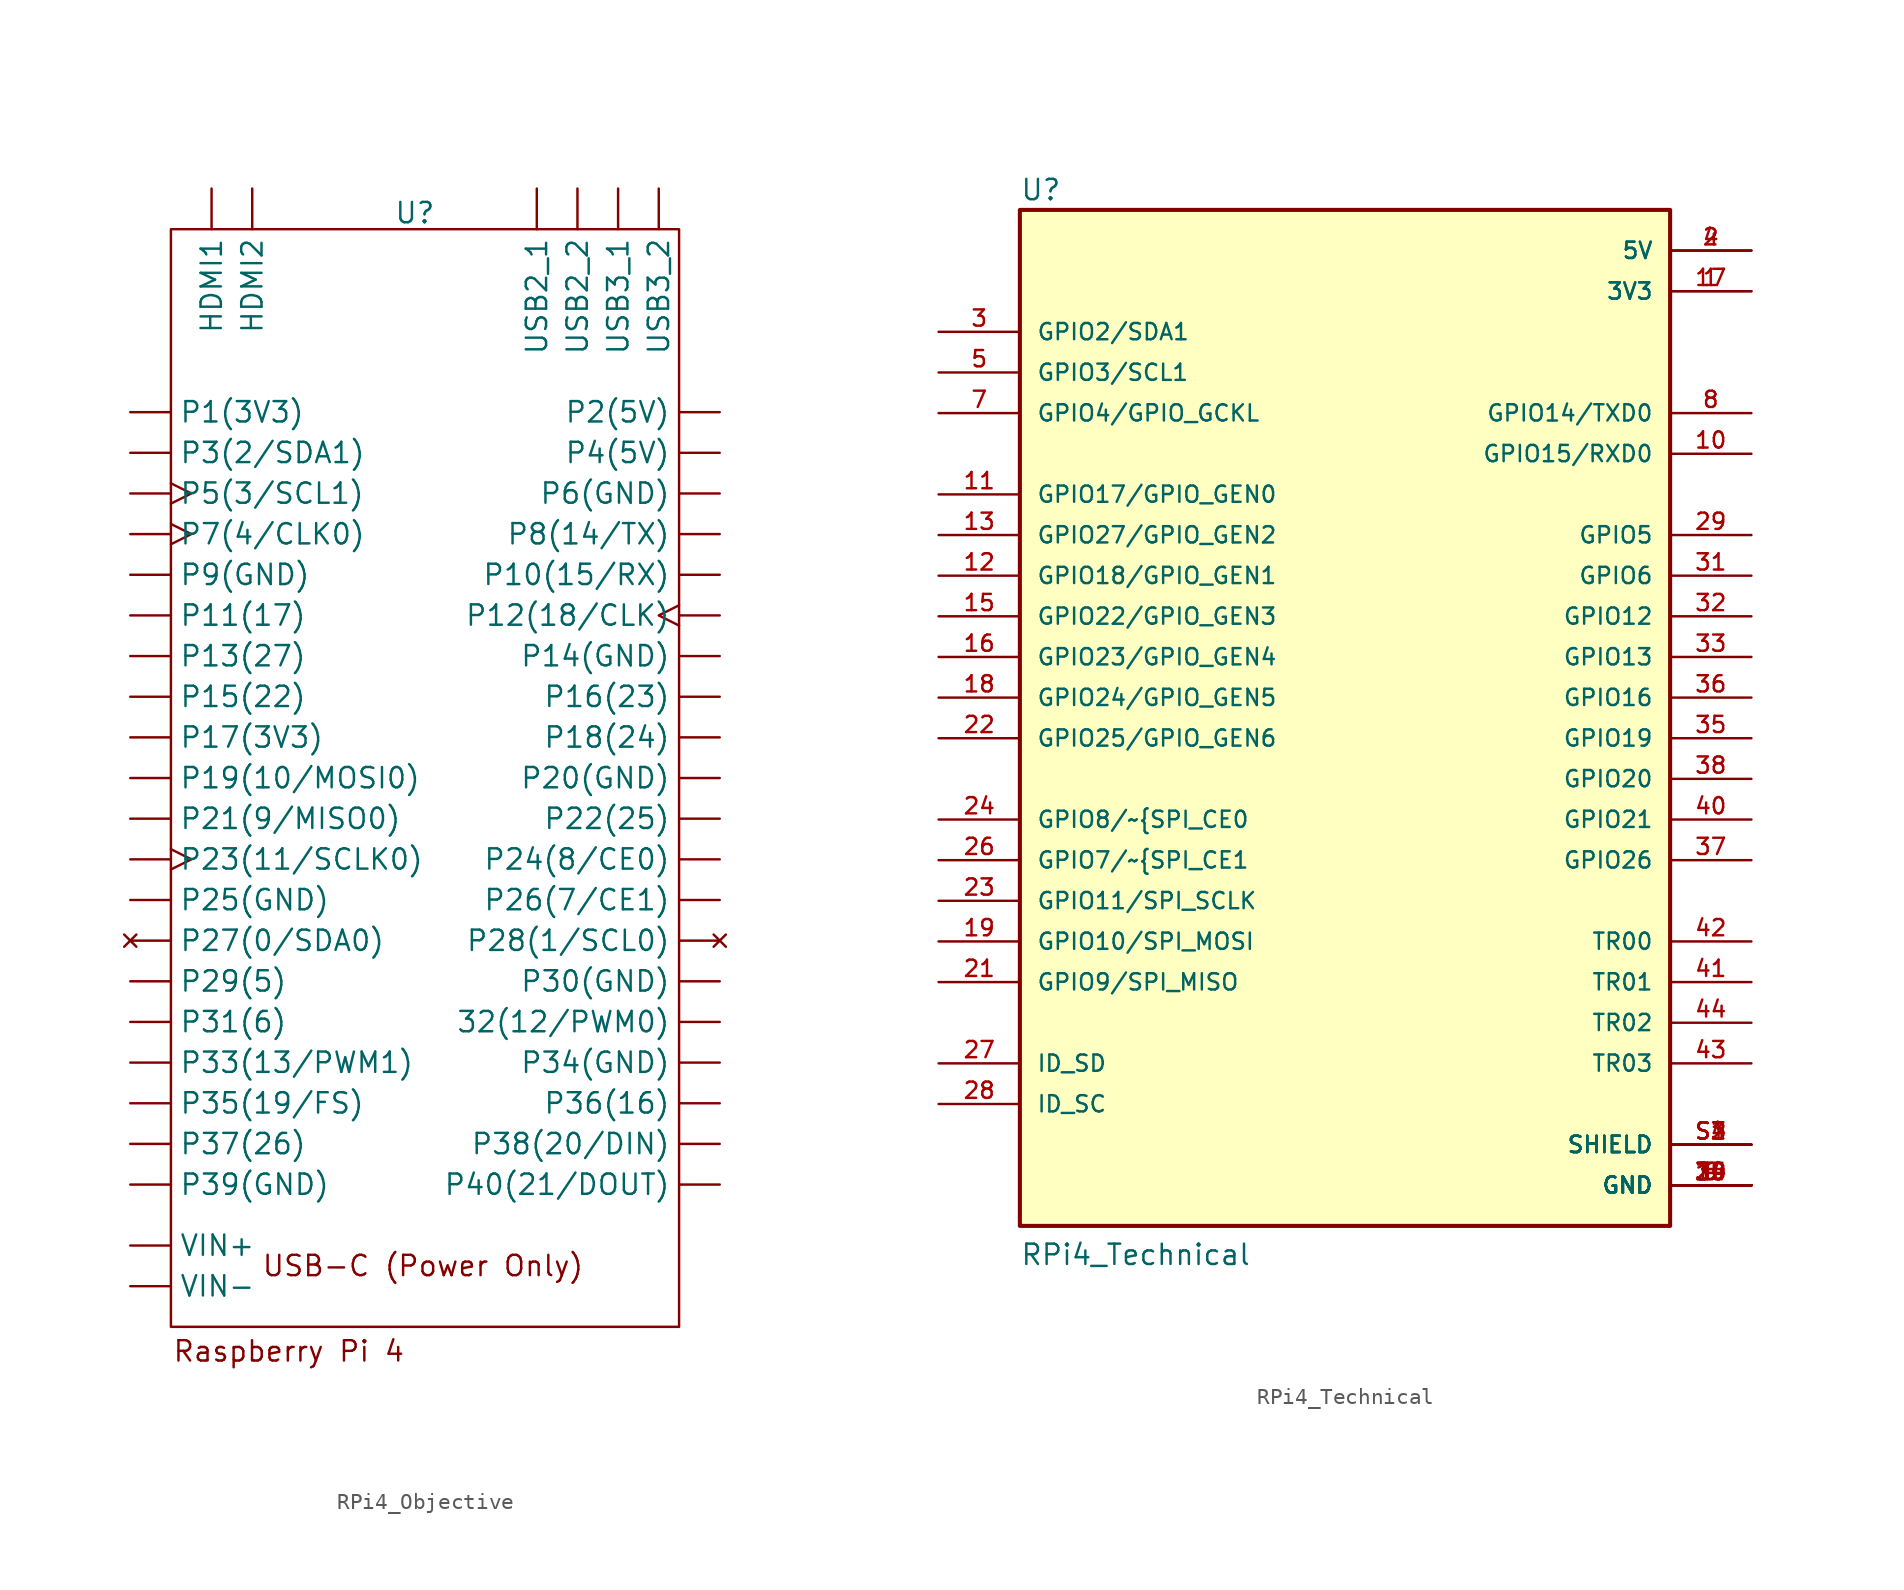
<source format=kicad_sym>
(kicad_symbol_lib
  (version 20211014)
  (generator kicad_symbol_editor)
  (symbol "RPi4_Objective"
    (property "Reference" "U"
      (at 0 31.496 0)
      (effects (font (size 1.27 1.27))))
    (symbol "RPi4_Objective_0_0"
      (text "Raspberry Pi 4" (at -7.874 -39.624 0) (effects (font (size 1.27 1.27))))
      (text "USB-C (Power Only)" (at 0.508 -34.29 0) (effects (font (size 1.27 1.27)))))
    (symbol "RPi4_Objective_0_1"
      (rectangle (start -15.24 30.48) (end 16.51 -38.1) (stroke (width 0) (type default) (color 0 0 0 0)) (fill (type none))))
    (symbol "RPi4_Objective_1_1"
      (pin bidirectional line (at 19.05 -19.05 180) (length 2.54) (name "32(12/PWM0)" (effects (font (size 1.27 1.27)))) (number "" (effects (font (size 1.27 1.27)))))
      (pin output line (at -12.7 33.02 270) (length 2.54) (name "HDMI1" (effects (font (size 1.27 1.27)))) (number "" (effects (font (size 1.27 1.27)))))
      (pin output line (at -10.16 33.02 270) (length 2.54) (name "HDMI2" (effects (font (size 1.27 1.27)))) (number "" (effects (font (size 1.27 1.27)))))
      (pin power_out line (at -17.78 19.05 0) (length 2.54) (name "P1(3V3)" (effects (font (size 1.27 1.27)))) (number "" (effects (font (size 1.27 1.27)))))
      (pin bidirectional line (at 19.05 8.89 180) (length 2.54) (name "P10(15/RX)" (effects (font (size 1.27 1.27)))) (number "" (effects (font (size 1.27 1.27)))))
      (pin bidirectional line (at -17.78 6.35 0) (length 2.54) (name "P11(17)" (effects (font (size 1.27 1.27)))) (number "" (effects (font (size 1.27 1.27)))))
      (pin bidirectional clock (at 19.05 6.35 180) (length 2.54) (name "P12(18/CLK)" (effects (font (size 1.27 1.27)))) (number "" (effects (font (size 1.27 1.27)))))
      (pin bidirectional line (at -17.78 3.81 0) (length 2.54) (name "P13(27)" (effects (font (size 1.27 1.27)))) (number "" (effects (font (size 1.27 1.27)))))
      (pin power_out line (at 19.05 3.81 180) (length 2.54) (name "P14(GND)" (effects (font (size 1.27 1.27)))) (number "" (effects (font (size 1.27 1.27)))))
      (pin bidirectional line (at -17.78 1.27 0) (length 2.54) (name "P15(22)" (effects (font (size 1.27 1.27)))) (number "" (effects (font (size 1.27 1.27)))))
      (pin bidirectional line (at 19.05 1.27 180) (length 2.54) (name "P16(23)" (effects (font (size 1.27 1.27)))) (number "" (effects (font (size 1.27 1.27)))))
      (pin power_out line (at -17.78 -1.27 0) (length 2.54) (name "P17(3V3)" (effects (font (size 1.27 1.27)))) (number "" (effects (font (size 1.27 1.27)))))
      (pin bidirectional line (at 19.05 -1.27 180) (length 2.54) (name "P18(24)" (effects (font (size 1.27 1.27)))) (number "" (effects (font (size 1.27 1.27)))))
      (pin bidirectional line (at -17.78 -3.81 0) (length 2.54) (name "P19(10/MOSI0)" (effects (font (size 1.27 1.27)))) (number "" (effects (font (size 1.27 1.27)))))
      (pin power_out line (at 19.05 19.05 180) (length 2.54) (name "P2(5V)" (effects (font (size 1.27 1.27)))) (number "" (effects (font (size 1.27 1.27)))))
      (pin power_out line (at 19.05 -3.81 180) (length 2.54) (name "P20(GND)" (effects (font (size 1.27 1.27)))) (number "" (effects (font (size 1.27 1.27)))))
      (pin bidirectional line (at -17.78 -6.35 0) (length 2.54) (name "P21(9/MISO0)" (effects (font (size 1.27 1.27)))) (number "" (effects (font (size 1.27 1.27)))))
      (pin bidirectional line (at 19.05 -6.35 180) (length 2.54) (name "P22(25)" (effects (font (size 1.27 1.27)))) (number "" (effects (font (size 1.27 1.27)))))
      (pin bidirectional clock (at -17.78 -8.89 0) (length 2.54) (name "P23(11/SCLK0)" (effects (font (size 1.27 1.27)))) (number "" (effects (font (size 1.27 1.27)))))
      (pin bidirectional line (at 19.05 -8.89 180) (length 2.54) (name "P24(8/CE0)" (effects (font (size 1.27 1.27)))) (number "" (effects (font (size 1.27 1.27)))))
      (pin power_out line (at -17.78 -11.43 0) (length 2.54) (name "P25(GND)" (effects (font (size 1.27 1.27)))) (number "" (effects (font (size 1.27 1.27)))))
      (pin bidirectional line (at 19.05 -11.43 180) (length 2.54) (name "P26(7/CE1)" (effects (font (size 1.27 1.27)))) (number "" (effects (font (size 1.27 1.27)))))
      (pin no_connect line (at -17.78 -13.97 0) (length 2.54) (name "P27(0/SDA0)" (effects (font (size 1.27 1.27)))) (number "" (effects (font (size 1.27 1.27)))))
      (pin no_connect line (at 19.05 -13.97 180) (length 2.54) (name "P28(1/SCL0)" (effects (font (size 1.27 1.27)))) (number "" (effects (font (size 1.27 1.27)))))
      (pin bidirectional line (at -17.78 -16.51 0) (length 2.54) (name "P29(5)" (effects (font (size 1.27 1.27)))) (number "" (effects (font (size 1.27 1.27)))))
      (pin bidirectional line (at -17.78 16.51 0) (length 2.54) (name "P3(2/SDA1)" (effects (font (size 1.27 1.27)))) (number "" (effects (font (size 1.27 1.27)))))
      (pin power_out line (at 19.05 -16.51 180) (length 2.54) (name "P30(GND)" (effects (font (size 1.27 1.27)))) (number "" (effects (font (size 1.27 1.27)))))
      (pin bidirectional line (at -17.78 -19.05 0) (length 2.54) (name "P31(6)" (effects (font (size 1.27 1.27)))) (number "" (effects (font (size 1.27 1.27)))))
      (pin bidirectional line (at -17.78 -21.59 0) (length 2.54) (name "P33(13/PWM1)" (effects (font (size 1.27 1.27)))) (number "" (effects (font (size 1.27 1.27)))))
      (pin power_out line (at 19.05 -21.59 180) (length 2.54) (name "P34(GND)" (effects (font (size 1.27 1.27)))) (number "" (effects (font (size 1.27 1.27)))))
      (pin bidirectional line (at -17.78 -24.13 0) (length 2.54) (name "P35(19/FS)" (effects (font (size 1.27 1.27)))) (number "" (effects (font (size 1.27 1.27)))))
      (pin bidirectional line (at 19.05 -24.13 180) (length 2.54) (name "P36(16)" (effects (font (size 1.27 1.27)))) (number "" (effects (font (size 1.27 1.27)))))
      (pin bidirectional line (at -17.78 -26.67 0) (length 2.54) (name "P37(26)" (effects (font (size 1.27 1.27)))) (number "" (effects (font (size 1.27 1.27)))))
      (pin bidirectional line (at 19.05 -26.67 180) (length 2.54) (name "P38(20/DIN)" (effects (font (size 1.27 1.27)))) (number "" (effects (font (size 1.27 1.27)))))
      (pin power_out line (at -17.78 -29.21 0) (length 2.54) (name "P39(GND)" (effects (font (size 1.27 1.27)))) (number "" (effects (font (size 1.27 1.27)))))
      (pin power_out line (at 19.05 16.51 180) (length 2.54) (name "P4(5V)" (effects (font (size 1.27 1.27)))) (number "" (effects (font (size 1.27 1.27)))))
      (pin bidirectional line (at 19.05 -29.21 180) (length 2.54) (name "P40(21/DOUT)" (effects (font (size 1.27 1.27)))) (number "" (effects (font (size 1.27 1.27)))))
      (pin bidirectional clock (at -17.78 13.97 0) (length 2.54) (name "P5(3/SCL1)" (effects (font (size 1.27 1.27)))) (number "" (effects (font (size 1.27 1.27)))))
      (pin power_out line (at 19.05 13.97 180) (length 2.54) (name "P6(GND)" (effects (font (size 1.27 1.27)))) (number "" (effects (font (size 1.27 1.27)))))
      (pin bidirectional clock (at -17.78 11.43 0) (length 2.54) (name "P7(4/CLK0)" (effects (font (size 1.27 1.27)))) (number "" (effects (font (size 1.27 1.27)))))
      (pin bidirectional line (at 19.05 11.43 180) (length 2.54) (name "P8(14/TX)" (effects (font (size 1.27 1.27)))) (number "" (effects (font (size 1.27 1.27)))))
      (pin power_out line (at -17.78 8.89 0) (length 2.54) (name "P9(GND)" (effects (font (size 1.27 1.27)))) (number "" (effects (font (size 1.27 1.27)))))
      (pin output line (at 7.62 33.02 270) (length 2.54) (name "USB2_1" (effects (font (size 1.27 1.27)))) (number "" (effects (font (size 1.27 1.27)))))
      (pin output line (at 10.16 33.02 270) (length 2.54) (name "USB2_2" (effects (font (size 1.27 1.27)))) (number "" (effects (font (size 1.27 1.27)))))
      (pin output line (at 12.7 33.02 270) (length 2.54) (name "USB3_1" (effects (font (size 1.27 1.27)))) (number "" (effects (font (size 1.27 1.27)))))
      (pin output line (at 15.24 33.02 270) (length 2.54) (name "USB3_2" (effects (font (size 1.27 1.27)))) (number "" (effects (font (size 1.27 1.27)))))
      (pin power_in line (at -17.78 -33.02 0) (length 2.54) (name "VIN+" (effects (font (size 1.27 1.27)))) (number "" (effects (font (size 1.27 1.27)))))
      (pin power_in line (at -17.78 -35.56 0) (length 2.54) (name "VIN-" (effects (font (size 1.27 1.27)))) (number "" (effects (font (size 1.27 1.27)))))))
  (symbol "RPi4_Technical"
    (pin_names
      (offset 1.016))
    (property "Reference" "U"
      (at -20.32 33.528 0)
      (effects (font (size 1.27 1.27)) (justify left bottom)))
    (property "Value" "RPi4_Technical"
      (at -20.32 -33.02 0)
      (effects (font (size 1.27 1.27)) (justify left bottom)))
    (symbol "RPi4_Technical_0_0"
      (rectangle (start -20.32 -30.48) (end 20.32 33.02) (stroke (width 0.254) (type default) (color 0 0 0 0)) (fill (type background)))
      (pin power_in line (at 25.4 27.94 180) (length 5.08) (name "3V3" (effects (font (size 1.016 1.016)))) (number "1" (effects (font (size 1.016 1.016)))))
      (pin bidirectional line (at 25.4 17.78 180) (length 5.08) (name "GPIO15/RXD0" (effects (font (size 1.016 1.016)))) (number "10" (effects (font (size 1.016 1.016)))))
      (pin bidirectional line (at -25.4 15.24 0) (length 5.08) (name "GPIO17/GPIO_GEN0" (effects (font (size 1.016 1.016)))) (number "11" (effects (font (size 1.016 1.016)))))
      (pin bidirectional line (at -25.4 10.16 0) (length 5.08) (name "GPIO18/GPIO_GEN1" (effects (font (size 1.016 1.016)))) (number "12" (effects (font (size 1.016 1.016)))))
      (pin bidirectional line (at -25.4 12.7 0) (length 5.08) (name "GPIO27/GPIO_GEN2" (effects (font (size 1.016 1.016)))) (number "13" (effects (font (size 1.016 1.016)))))
      (pin power_in line (at 25.4 -27.94 180) (length 5.08) (name "GND" (effects (font (size 1.016 1.016)))) (number "14" (effects (font (size 1.016 1.016)))))
      (pin bidirectional line (at -25.4 7.62 0) (length 5.08) (name "GPIO22/GPIO_GEN3" (effects (font (size 1.016 1.016)))) (number "15" (effects (font (size 1.016 1.016)))))
      (pin bidirectional line (at -25.4 5.08 0) (length 5.08) (name "GPIO23/GPIO_GEN4" (effects (font (size 1.016 1.016)))) (number "16" (effects (font (size 1.016 1.016)))))
      (pin power_in line (at 25.4 27.94 180) (length 5.08) (name "3V3" (effects (font (size 1.016 1.016)))) (number "17" (effects (font (size 1.016 1.016)))))
      (pin bidirectional line (at -25.4 2.54 0) (length 5.08) (name "GPIO24/GPIO_GEN5" (effects (font (size 1.016 1.016)))) (number "18" (effects (font (size 1.016 1.016)))))
      (pin bidirectional line (at -25.4 -12.7 0) (length 5.08) (name "GPIO10/SPI_MOSI" (effects (font (size 1.016 1.016)))) (number "19" (effects (font (size 1.016 1.016)))))
      (pin power_in line (at 25.4 30.48 180) (length 5.08) (name "5V" (effects (font (size 1.016 1.016)))) (number "2" (effects (font (size 1.016 1.016)))))
      (pin power_in line (at 25.4 -27.94 180) (length 5.08) (name "GND" (effects (font (size 1.016 1.016)))) (number "20" (effects (font (size 1.016 1.016)))))
      (pin bidirectional line (at -25.4 -15.24 0) (length 5.08) (name "GPIO9/SPI_MISO" (effects (font (size 1.016 1.016)))) (number "21" (effects (font (size 1.016 1.016)))))
      (pin bidirectional line (at -25.4 0 0) (length 5.08) (name "GPIO25/GPIO_GEN6" (effects (font (size 1.016 1.016)))) (number "22" (effects (font (size 1.016 1.016)))))
      (pin bidirectional line (at -25.4 -10.16 0) (length 5.08) (name "GPIO11/SPI_SCLK" (effects (font (size 1.016 1.016)))) (number "23" (effects (font (size 1.016 1.016)))))
      (pin bidirectional line (at -25.4 -5.08 0) (length 5.08) (name "GPIO8/~{SPI_CE0~{}" (effects (font (size 1.016 1.016)))) (number "24" (effects (font (size 1.016 1.016)))))
      (pin power_in line (at 25.4 -27.94 180) (length 5.08) (name "GND" (effects (font (size 1.016 1.016)))) (number "25" (effects (font (size 1.016 1.016)))))
      (pin bidirectional line (at -25.4 -7.62 0) (length 5.08) (name "GPIO7/~{SPI_CE1~{}" (effects (font (size 1.016 1.016)))) (number "26" (effects (font (size 1.016 1.016)))))
      (pin bidirectional line (at -25.4 -20.32 0) (length 5.08) (name "ID_SD" (effects (font (size 1.016 1.016)))) (number "27" (effects (font (size 1.016 1.016)))))
      (pin bidirectional line (at -25.4 -22.86 0) (length 5.08) (name "ID_SC" (effects (font (size 1.016 1.016)))) (number "28" (effects (font (size 1.016 1.016)))))
      (pin bidirectional line (at 25.4 12.7 180) (length 5.08) (name "GPIO5" (effects (font (size 1.016 1.016)))) (number "29" (effects (font (size 1.016 1.016)))))
      (pin bidirectional line (at -25.4 25.4 0) (length 5.08) (name "GPIO2/SDA1" (effects (font (size 1.016 1.016)))) (number "3" (effects (font (size 1.016 1.016)))))
      (pin power_in line (at 25.4 -27.94 180) (length 5.08) (name "GND" (effects (font (size 1.016 1.016)))) (number "30" (effects (font (size 1.016 1.016)))))
      (pin bidirectional line (at 25.4 10.16 180) (length 5.08) (name "GPIO6" (effects (font (size 1.016 1.016)))) (number "31" (effects (font (size 1.016 1.016)))))
      (pin bidirectional line (at 25.4 7.62 180) (length 5.08) (name "GPIO12" (effects (font (size 1.016 1.016)))) (number "32" (effects (font (size 1.016 1.016)))))
      (pin bidirectional line (at 25.4 5.08 180) (length 5.08) (name "GPIO13" (effects (font (size 1.016 1.016)))) (number "33" (effects (font (size 1.016 1.016)))))
      (pin power_in line (at 25.4 -27.94 180) (length 5.08) (name "GND" (effects (font (size 1.016 1.016)))) (number "34" (effects (font (size 1.016 1.016)))))
      (pin bidirectional line (at 25.4 0 180) (length 5.08) (name "GPIO19" (effects (font (size 1.016 1.016)))) (number "35" (effects (font (size 1.016 1.016)))))
      (pin bidirectional line (at 25.4 2.54 180) (length 5.08) (name "GPIO16" (effects (font (size 1.016 1.016)))) (number "36" (effects (font (size 1.016 1.016)))))
      (pin bidirectional line (at 25.4 -7.62 180) (length 5.08) (name "GPIO26" (effects (font (size 1.016 1.016)))) (number "37" (effects (font (size 1.016 1.016)))))
      (pin bidirectional line (at 25.4 -2.54 180) (length 5.08) (name "GPIO20" (effects (font (size 1.016 1.016)))) (number "38" (effects (font (size 1.016 1.016)))))
      (pin power_in line (at 25.4 -27.94 180) (length 5.08) (name "GND" (effects (font (size 1.016 1.016)))) (number "39" (effects (font (size 1.016 1.016)))))
      (pin power_in line (at 25.4 30.48 180) (length 5.08) (name "5V" (effects (font (size 1.016 1.016)))) (number "4" (effects (font (size 1.016 1.016)))))
      (pin bidirectional line (at 25.4 -5.08 180) (length 5.08) (name "GPIO21" (effects (font (size 1.016 1.016)))) (number "40" (effects (font (size 1.016 1.016)))))
      (pin bidirectional line (at 25.4 -15.24 180) (length 5.08) (name "TR01" (effects (font (size 1.016 1.016)))) (number "41" (effects (font (size 1.016 1.016)))))
      (pin bidirectional line (at 25.4 -12.7 180) (length 5.08) (name "TR00" (effects (font (size 1.016 1.016)))) (number "42" (effects (font (size 1.016 1.016)))))
      (pin bidirectional line (at 25.4 -20.32 180) (length 5.08) (name "TR03" (effects (font (size 1.016 1.016)))) (number "43" (effects (font (size 1.016 1.016)))))
      (pin bidirectional line (at 25.4 -17.78 180) (length 5.08) (name "TR02" (effects (font (size 1.016 1.016)))) (number "44" (effects (font (size 1.016 1.016)))))
      (pin bidirectional line (at -25.4 22.86 0) (length 5.08) (name "GPIO3/SCL1" (effects (font (size 1.016 1.016)))) (number "5" (effects (font (size 1.016 1.016)))))
      (pin power_in line (at 25.4 -27.94 180) (length 5.08) (name "GND" (effects (font (size 1.016 1.016)))) (number "6" (effects (font (size 1.016 1.016)))))
      (pin bidirectional line (at -25.4 20.32 0) (length 5.08) (name "GPIO4/GPIO_GCKL" (effects (font (size 1.016 1.016)))) (number "7" (effects (font (size 1.016 1.016)))))
      (pin bidirectional line (at 25.4 20.32 180) (length 5.08) (name "GPIO14/TXD0" (effects (font (size 1.016 1.016)))) (number "8" (effects (font (size 1.016 1.016)))))
      (pin power_in line (at 25.4 -27.94 180) (length 5.08) (name "GND" (effects (font (size 1.016 1.016)))) (number "9" (effects (font (size 1.016 1.016)))))
      (pin power_in line (at 25.4 -25.4 180) (length 5.08) (name "SHIELD" (effects (font (size 1.016 1.016)))) (number "S1" (effects (font (size 1.016 1.016)))))
      (pin power_in line (at 25.4 -25.4 180) (length 5.08) (name "SHIELD" (effects (font (size 1.016 1.016)))) (number "S2" (effects (font (size 1.016 1.016)))))
      (pin power_in line (at 25.4 -25.4 180) (length 5.08) (name "SHIELD" (effects (font (size 1.016 1.016)))) (number "S3" (effects (font (size 1.016 1.016)))))
      (pin power_in line (at 25.4 -25.4 180) (length 5.08) (name "SHIELD" (effects (font (size 1.016 1.016)))) (number "S4" (effects (font (size 1.016 1.016))))))))
</source>
